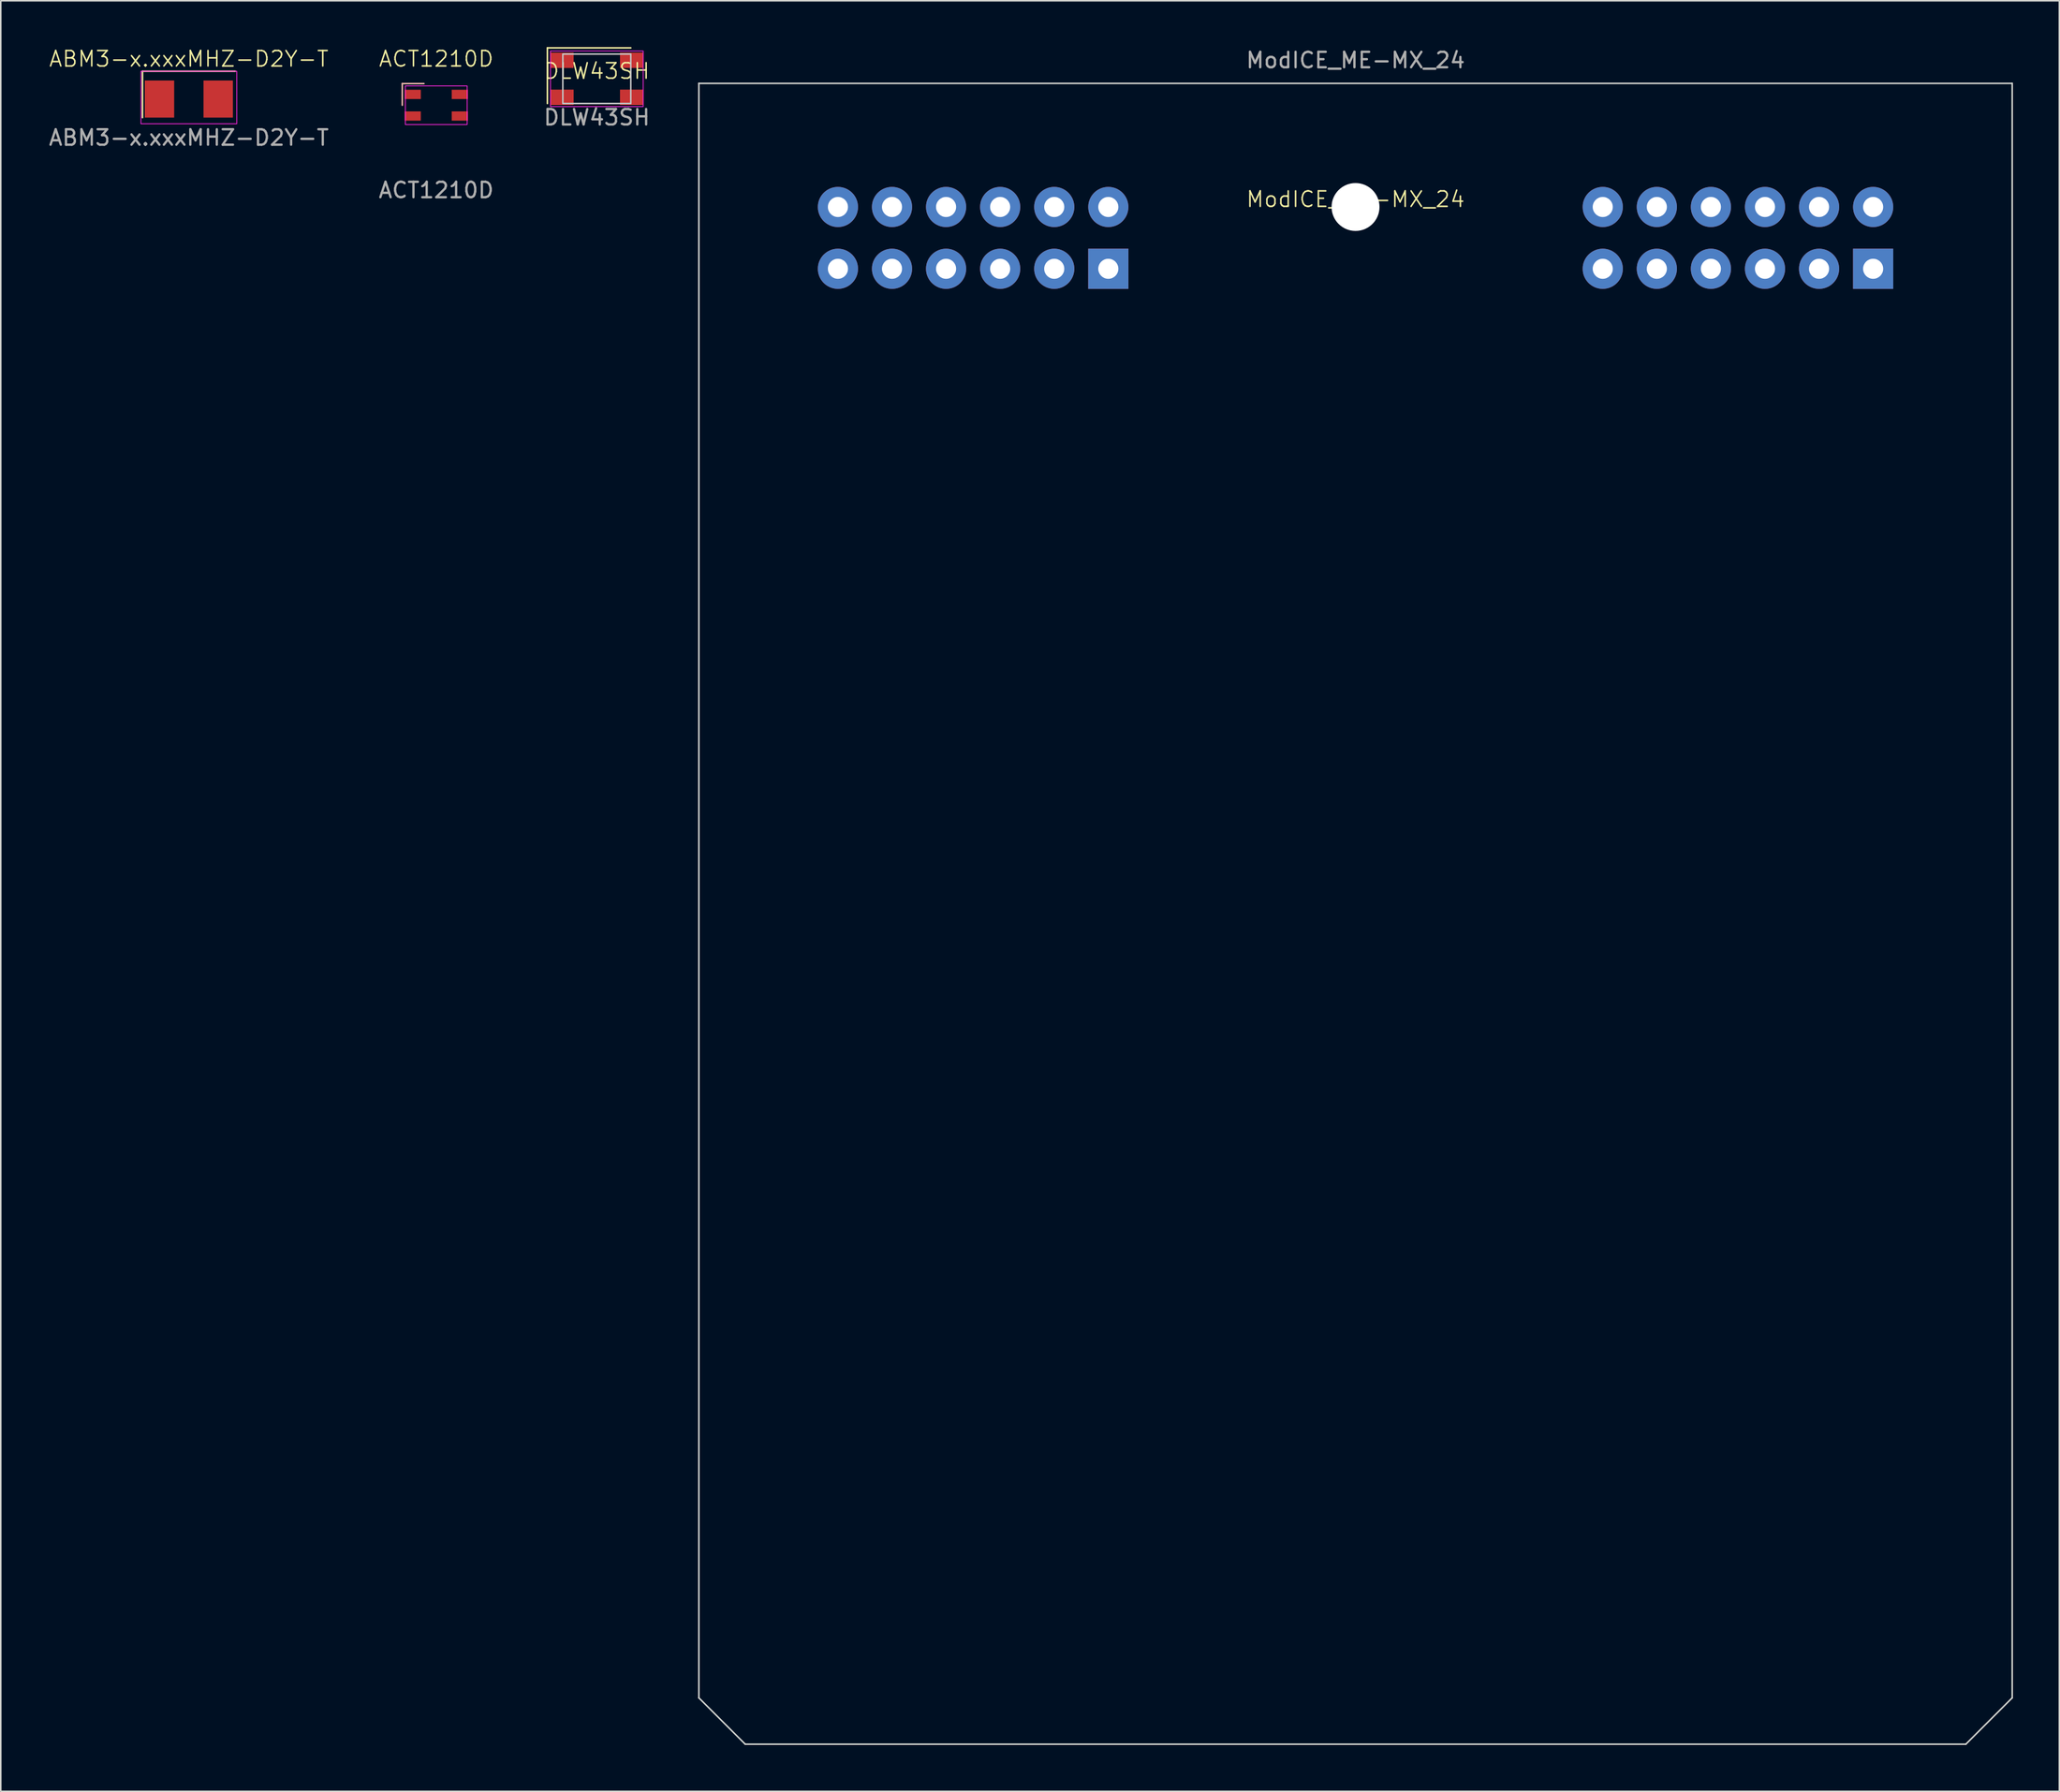
<source format=kicad_pcb>
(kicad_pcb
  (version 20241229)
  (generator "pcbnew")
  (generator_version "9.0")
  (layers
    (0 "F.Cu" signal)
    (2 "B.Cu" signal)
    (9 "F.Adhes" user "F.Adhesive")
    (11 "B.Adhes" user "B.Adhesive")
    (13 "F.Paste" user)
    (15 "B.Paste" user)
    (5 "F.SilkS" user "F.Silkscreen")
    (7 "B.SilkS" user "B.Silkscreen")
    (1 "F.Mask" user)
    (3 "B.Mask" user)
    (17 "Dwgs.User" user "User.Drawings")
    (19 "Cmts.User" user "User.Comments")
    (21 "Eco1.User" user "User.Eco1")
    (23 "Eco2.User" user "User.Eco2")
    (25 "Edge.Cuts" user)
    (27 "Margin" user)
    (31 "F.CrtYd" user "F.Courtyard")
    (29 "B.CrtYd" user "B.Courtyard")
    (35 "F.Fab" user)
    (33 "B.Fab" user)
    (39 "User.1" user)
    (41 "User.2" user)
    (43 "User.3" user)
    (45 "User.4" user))
  (footprint "ModICE_ME-MX_24"
    (layer "F.Cu")
    (at 84.681 10.348)
    (property "Reference" "ModICE_ME-MX_24" (at 0 -0.5 0) (unlocked yes) (layer "F.SilkS") (effects (font (size 1 1) (thickness 0.1))))
    (attr through_hole)
    (fp_line (start -42.5 -8) (end 42.5 -8) (stroke (width 0.1) (type default)) (layer "Edge.Cuts"))
    (fp_line (start -42.5 96.5) (end -42.5 -8) (stroke (width 0.1) (type default)) (layer "Edge.Cuts"))
    (fp_line (start -39.5 99.5) (end -42.5 96.5) (stroke (width 0.1) (type default)) (layer "Edge.Cuts"))
    (fp_line (start -39.5 99.5) (end 39.5 99.5) (stroke (width 0.1) (type default)) (layer "Edge.Cuts"))
    (fp_line (start 39.5 99.5) (end 42.5 96.5) (stroke (width 0.1) (type default)) (layer "Edge.Cuts"))
    (fp_line (start 42.5 -8) (end 42.5 96.5) (stroke (width 0.1) (type default)) (layer "Edge.Cuts"))
    (fp_text user "${REFERENCE}" (at 0 -9.5 0) (unlocked yes) (layer "F.Fab") (effects (font (size 1 1) (thickness 0.15))))
    (pad "" np_thru_hole circle (at 0 0) (size 3.1 3.1) (drill 3.1) (layers "*.Cu"))
    (pad "1" thru_hole rect (at 33.5 4) (size 2.6 2.6) (drill 1.3) (layers "*.Cu" "*.Mask"))
    (pad "2" thru_hole circle (at 30 4) (size 2.6 2.6) (drill 1.3) (layers "*.Cu" "*.Mask"))
    (pad "3" thru_hole circle (at 26.5 4) (size 2.6 2.6) (drill 1.3) (layers "*.Cu" "*.Mask"))
    (pad "4" thru_hole circle (at 23 4) (size 2.6 2.6) (drill 1.3) (layers "*.Cu" "*.Mask"))
    (pad "5" thru_hole circle (at 19.5 4) (size 2.6 2.6) (drill 1.3) (layers "*.Cu" "*.Mask"))
    (pad "6" thru_hole circle (at 16 4) (size 2.6 2.6) (drill 1.3) (layers "*.Cu" "*.Mask"))
    (pad "7" thru_hole circle (at 33.5 0) (size 2.6 2.6) (drill 1.3) (layers "*.Cu" "*.Mask"))
    (pad "8" thru_hole circle (at 30 0) (size 2.6 2.6) (drill 1.3) (layers "*.Cu" "*.Mask"))
    (pad "9" thru_hole circle (at 26.5 0) (size 2.6 2.6) (drill 1.3) (layers "*.Cu" "*.Mask"))
    (pad "10" thru_hole circle (at 23 0) (size 2.6 2.6) (drill 1.3) (layers "*.Cu" "*.Mask"))
    (pad "11" thru_hole circle (at 19.5 0) (size 2.6 2.6) (drill 1.3) (layers "*.Cu" "*.Mask"))
    (pad "12" thru_hole circle (at 16 0) (size 2.6 2.6) (drill 1.3) (layers "*.Cu" "*.Mask"))
    (pad "13" thru_hole rect (at -16 4) (size 2.6 2.6) (drill 1.3) (layers "*.Cu" "*.Mask"))
    (pad "14" thru_hole circle (at -19.5 4) (size 2.6 2.6) (drill 1.3) (layers "*.Cu" "*.Mask"))
    (pad "15" thru_hole circle (at -23 4) (size 2.6 2.6) (drill 1.3) (layers "*.Cu" "*.Mask"))
    (pad "16" thru_hole circle (at -26.5 4) (size 2.6 2.6) (drill 1.3) (layers "*.Cu" "*.Mask"))
    (pad "17" thru_hole circle (at -30 4) (size 2.6 2.6) (drill 1.3) (layers "*.Cu" "*.Mask"))
    (pad "18" thru_hole circle (at -33.5 4) (size 2.6 2.6) (drill 1.3) (layers "*.Cu" "*.Mask"))
    (pad "19" thru_hole circle (at -16 0) (size 2.6 2.6) (drill 1.3) (layers "*.Cu" "*.Mask"))
    (pad "20" thru_hole circle (at -19.5 0) (size 2.6 2.6) (drill 1.3) (layers "*.Cu" "*.Mask"))
    (pad "21" thru_hole circle (at -23 0) (size 2.6 2.6) (drill 1.3) (layers "*.Cu" "*.Mask"))
    (pad "22" thru_hole circle (at -26.5 0) (size 2.6 2.6) (drill 1.3) (layers "*.Cu" "*.Mask"))
    (pad "23" thru_hole circle (at -30 0) (size 2.6 2.6) (drill 1.3) (layers "*.Cu" "*.Mask"))
    (pad "24" thru_hole circle (at -33.5 0) (size 2.6 2.6) (drill 1.3) (layers "*.Cu" "*.Mask"))
    (zone (net_name "") (layers "F.Cu" "B.Cu" "F.SilkS") (hatch edge 0.5) (connect_pads) (min_thickness 0.25) (filled_areas_thickness no) (keepout (tracks not_allowed) (vias not_allowed) (pads not_allowed) (copperpour not_allowed) (footprints not_allowed)) (placement (enabled no)) (fill) (polygon (pts (xy 86.181 109.848) (xy 86.181 100.348) (xy 83.181 100.348) (xy 83.181 109.848))))
    (zone (net_name "") (layers "F.Cu" "B.Cu" "F.SilkS" "B.SilkS") (hatch edge 0.5) (connect_pads) (min_thickness 0.25) (filled_areas_thickness no) (keepout (tracks not_allowed) (vias not_allowed) (pads not_allowed) (copperpour not_allowed) (footprints not_allowed)) (placement (enabled no)) (fill) (polygon (pts (xy 42.181 23.348) (xy 46.681 23.348) (xy 46.681 109.848) (xy 45.181 109.848) (xy 42.181 106.848))))
    (zone (net_name "") (layers "F.Cu" "B.Cu" "F.SilkS" "B.SilkS") (hatch edge 0.5) (connect_pads) (min_thickness 0.25) (filled_areas_thickness no) (keepout (tracks not_allowed) (vias not_allowed) (pads not_allowed) (copperpour not_allowed) (footprints not_allowed)) (placement (enabled no)) (fill) (polygon (pts (xy 127.181 23.348) (xy 122.681 23.348) (xy 122.681 109.848) (xy 124.181 109.848) (xy 127.181 106.848))))
    (zone (net_name "") (layer "F.SilkS") (hatch edge 0.5) (connect_pads) (min_thickness 0.25) (filled_areas_thickness no) (keepout (tracks allowed) (vias allowed) (pads allowed) (copperpour allowed) (footprints not_allowed)) (placement (enabled no)) (fill) (polygon (pts (xy 72.681 2.348) (xy 72.681 17.848) (xy 47.181 17.848) (xy 47.181 2.348))))
    (zone (net_name "") (layer "F.SilkS") (hatch edge 0.5) (connect_pads) (min_thickness 0.25) (filled_areas_thickness no) (keepout (tracks allowed) (vias allowed) (pads allowed) (copperpour allowed) (footprints not_allowed)) (placement (enabled no)) (fill) (polygon (pts (xy 81.181 13.848) (xy 88.181 13.848) (xy 88.181 2.348) (xy 81.181 2.348))))
    (zone (net_name "") (layer "F.SilkS") (hatch edge 0.5) (connect_pads) (min_thickness 0.25) (filled_areas_thickness no) (keepout (tracks allowed) (vias allowed) (pads allowed) (copperpour allowed) (footprints not_allowed)) (placement (enabled no)) (fill) (polygon (pts (xy 96.681 2.348) (xy 96.681 17.848) (xy 122.181 17.848) (xy 122.181 2.348)))))
  (footprint "ACT1210D"
    (layer "F.Cu")
    (at 25.185 3.76)
    (property "Reference" "ACT1210D" (at 0 -3 0) (unlocked yes) (layer "F.SilkS") (effects (font (size 1 1) (thickness 0.1))))
    (attr through_hole)
    (fp_line (start -2.2 -1.4) (end -2.2 0) (stroke (width 0.1) (type default)) (layer "B.SilkS"))
    (fp_line (start -0.8 -1.4) (end -2.2 -1.4) (stroke (width 0.1) (type default)) (layer "B.SilkS"))
    (fp_rect (start -2 -1.25) (end 2 1.25) (stroke (width 0.05) (type default)) (fill no) (layer "F.CrtYd"))
    (fp_text user "${REFERENCE}" (at 0 5.5 0) (unlocked yes) (layer "F.Fab") (effects (font (size 1 1) (thickness 0.15))))
    (pad "1" smd rect (at -1.525 -0.7) (size 1.05 0.6) (layers "F.Cu" "F.Mask" "F.Paste"))
    (pad "2" smd rect (at -1.526 0.7) (size 1.05 0.6) (layers "F.Cu" "F.Mask" "F.Paste"))
    (pad "3" smd rect (at 1.525 0.7) (size 1.05 0.6) (layers "F.Cu" "F.Mask" "F.Paste"))
    (pad "4" smd rect (at 1.525 -0.7) (size 1.05 0.6) (layers "F.Cu" "F.Mask" "F.Paste")))
  (footprint "ABM3-x.xxxMHZ-D2Y-T"
    (layer "F.Cu")
    (at 9.173 3.361)
    (property "Reference" "ABM3-x.xxxMHZ-D2Y-T" (at 0 -2.6 0) (unlocked yes) (layer "F.SilkS") (effects (font (size 1 1) (thickness 0.1))))
    (attr smd)
    (fp_line (start -3 -1.8) (end 3 -1.8) (stroke (width 0.1) (type default)) (layer "F.SilkS"))
    (fp_line (start -3 1.2) (end -3 -1.8) (stroke (width 0.1) (type default)) (layer "F.SilkS"))
    (fp_rect (start -3.1 -1.8) (end 3.1 1.6) (stroke (width 0.05) (type default)) (fill no) (layer "F.CrtYd"))
    (fp_text user "${REFERENCE}" (at 0 2.5 0) (unlocked yes) (layer "F.Fab") (effects (font (size 1 1) (thickness 0.15))))
    (pad "1" smd rect (at -1.9 0) (size 1.9 2.4) (layers "F.Cu" "F.Mask" "F.Paste"))
    (pad "2" smd rect (at 1.9 0) (size 1.9 2.4) (layers "F.Cu" "F.Mask" "F.Paste")))
  (footprint "DLW43SH"
    (layer "F.Cu")
    (at 35.577 2.05)
    (property "Reference" "DLW43SH" (at 0 -0.5 0) (unlocked yes) (layer "F.SilkS") (effects (font (size 1 1) (thickness 0.1))))
    (attr smd)
    (fp_line (start -3.2 -2) (end 2.2 -2) (stroke (width 0.1) (type default)) (layer "F.SilkS"))
    (fp_line (start -3.2 1.6) (end -3.2 -2) (stroke (width 0.1) (type default)) (layer "F.SilkS"))
    (fp_rect (start -2.2 -1.6) (end 2.2 1.6) (stroke (width 0.1) (type default)) (fill no) (layer "Dwgs.User"))
    (fp_rect (start -3 -1.8) (end 3 1.8) (stroke (width 0.05) (type default)) (fill no) (layer "F.CrtYd"))
    (fp_text user "${REFERENCE}" (at 0 2.5 0) (unlocked yes) (layer "F.Fab") (effects (font (size 1 1) (thickness 0.15))))
    (pad "1" smd rect (at -2.25 -1.2) (size 1.5 1) (layers "F.Cu" "F.Mask" "F.Paste"))
    (pad "2" smd rect (at 2.25 -1.2) (size 1.5 1) (layers "F.Cu" "F.Mask" "F.Paste"))
    (pad "3" smd rect (at 2.25 1.2) (size 1.5 1) (layers "F.Cu" "F.Mask" "F.Paste"))
    (pad "4" smd rect (at -2.25 1.2) (size 1.5 1) (layers "F.Cu" "F.Mask" "F.Paste")))
  (gr_rect
    (start -3 -3)
    (end 130.231 112.898)
    (stroke (width 0.1) (type default))
    (fill no)
    (layer "Edge.Cuts")))
</source>
